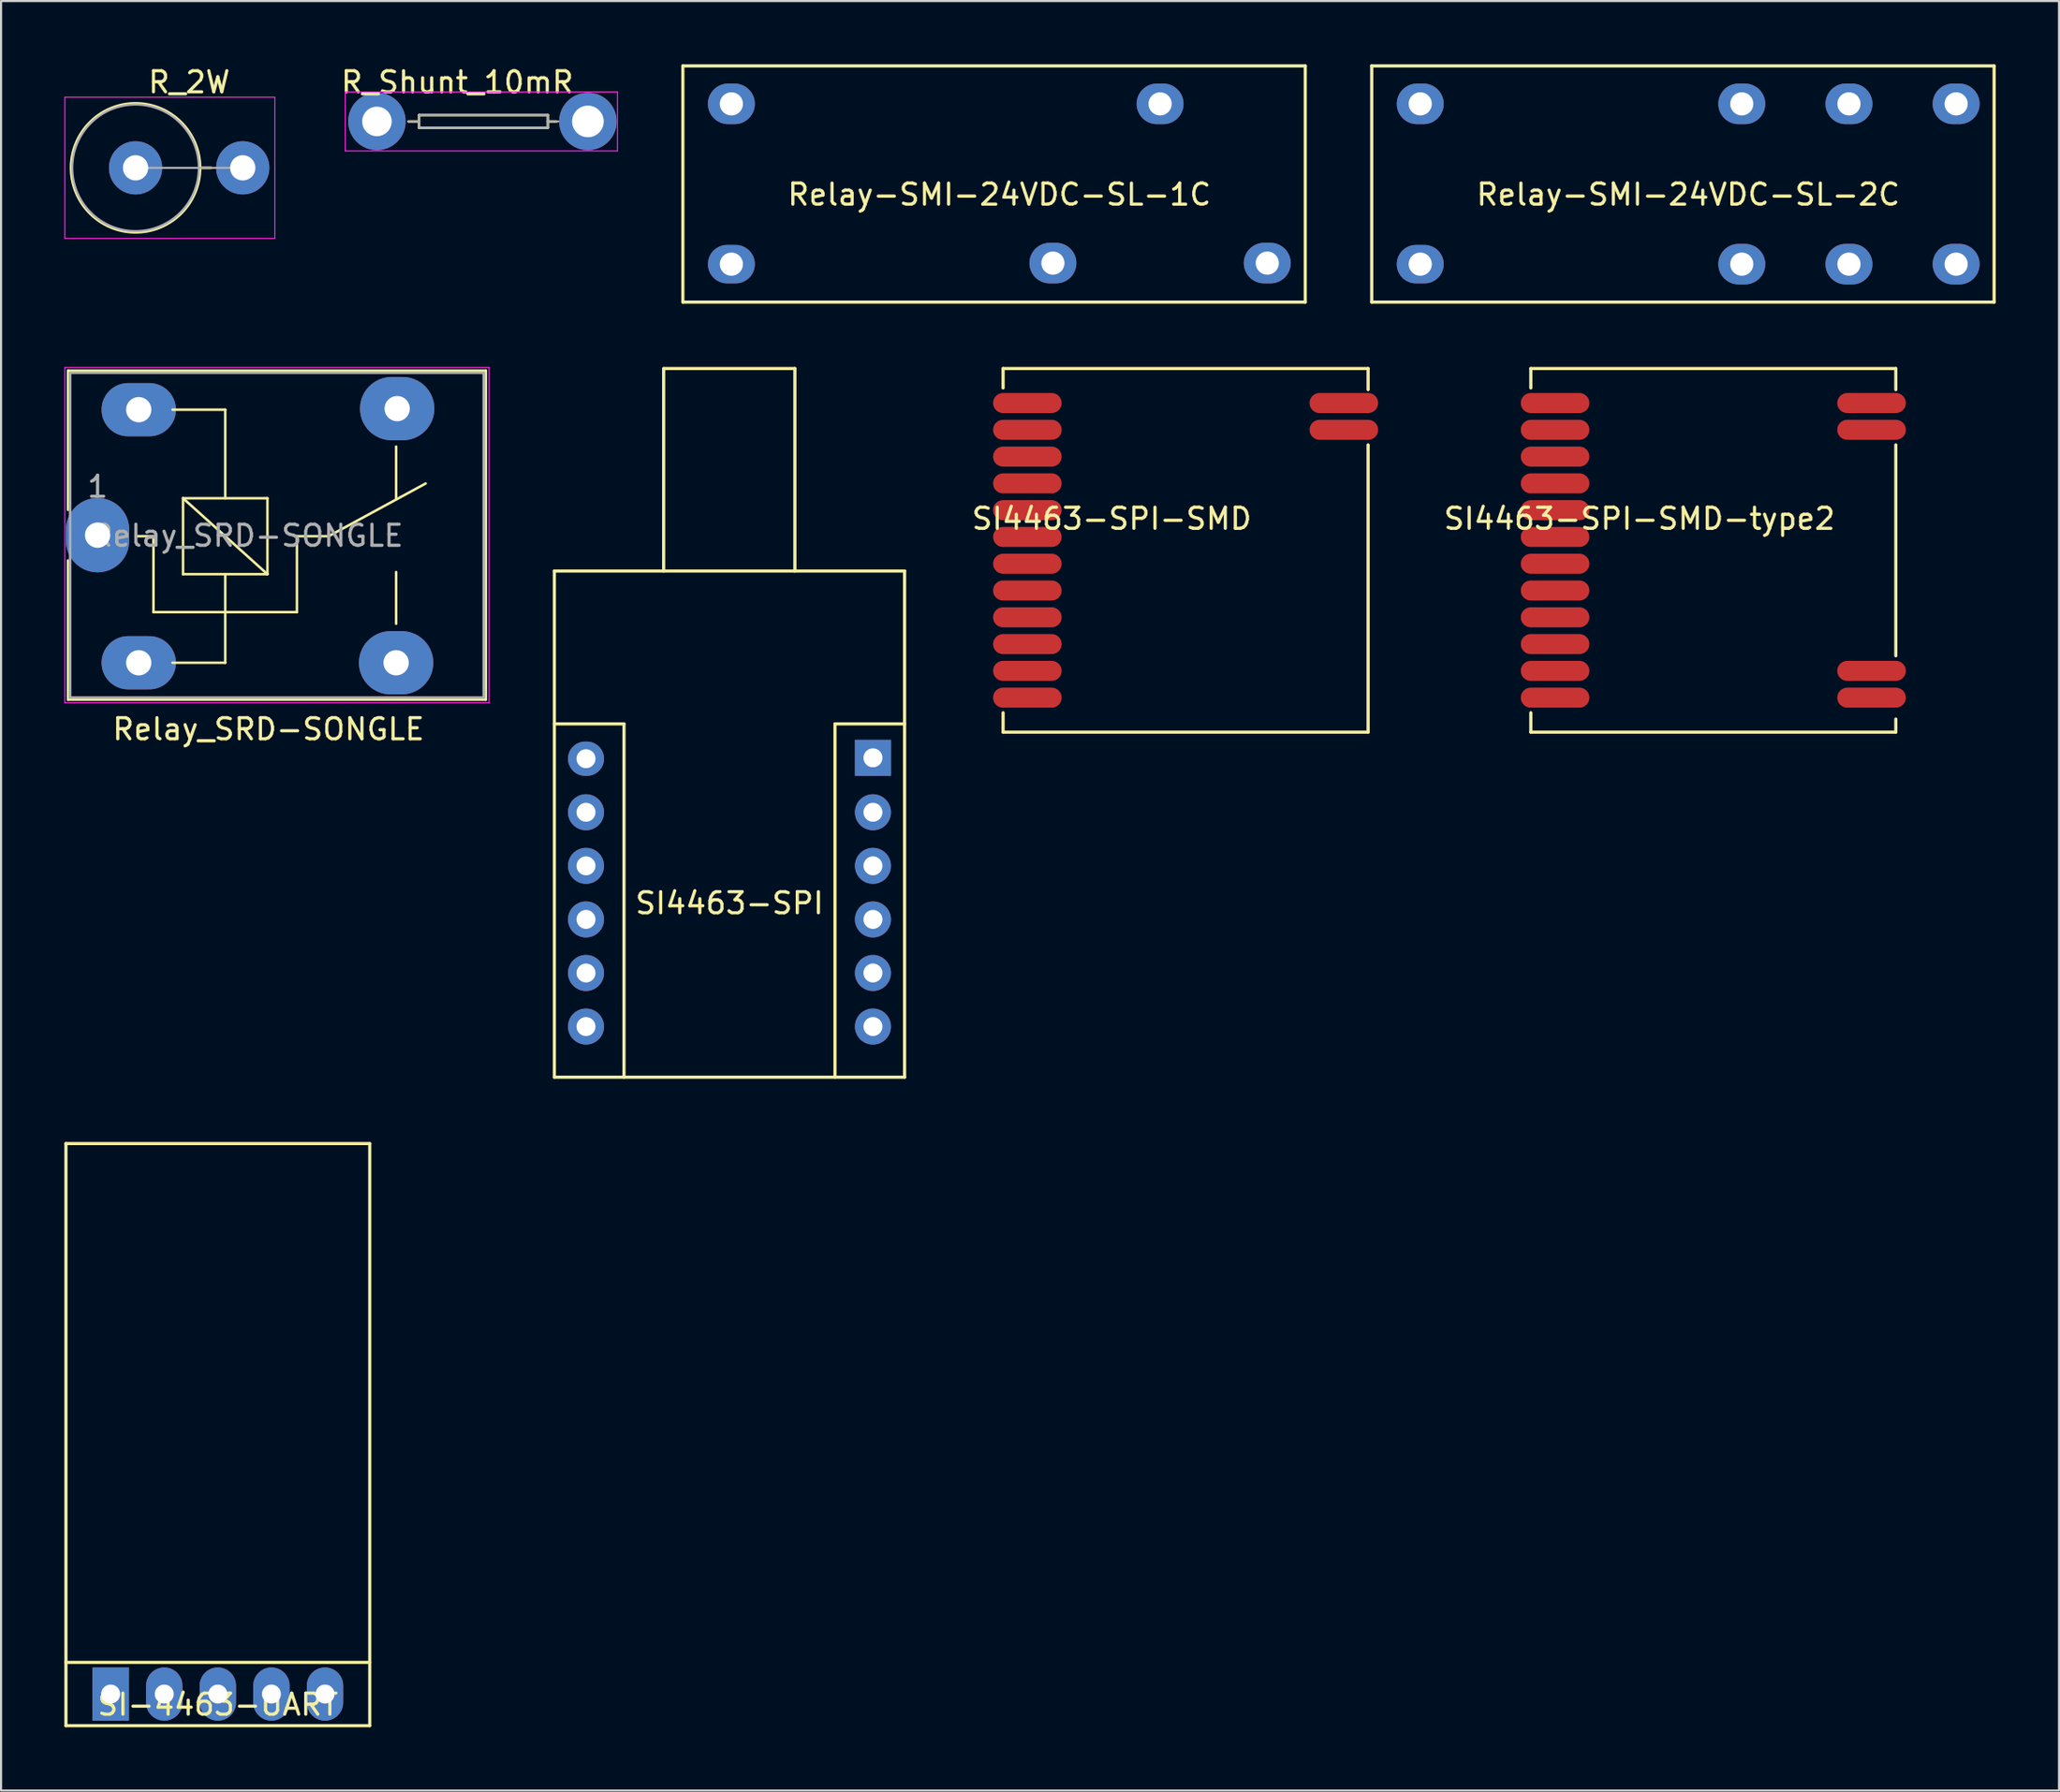
<source format=kicad_pcb>
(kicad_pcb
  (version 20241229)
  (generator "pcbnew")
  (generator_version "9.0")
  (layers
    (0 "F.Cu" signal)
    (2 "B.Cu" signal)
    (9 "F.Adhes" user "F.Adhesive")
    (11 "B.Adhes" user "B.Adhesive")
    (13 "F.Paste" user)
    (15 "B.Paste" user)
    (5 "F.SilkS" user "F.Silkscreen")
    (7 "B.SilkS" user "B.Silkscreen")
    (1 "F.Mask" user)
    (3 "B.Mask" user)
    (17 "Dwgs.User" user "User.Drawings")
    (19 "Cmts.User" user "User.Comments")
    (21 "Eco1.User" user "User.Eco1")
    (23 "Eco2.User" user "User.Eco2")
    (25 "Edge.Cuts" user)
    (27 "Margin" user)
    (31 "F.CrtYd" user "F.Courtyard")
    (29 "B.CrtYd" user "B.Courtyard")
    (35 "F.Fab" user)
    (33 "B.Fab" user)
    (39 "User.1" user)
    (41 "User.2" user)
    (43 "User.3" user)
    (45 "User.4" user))
  (footprint "SI4463-SPI-SMD-type2"
    (layer "F.Cu")
    (at 70.656 23.045)
    (property "Reference" "SI4463-SPI-SMD-type2" (at 4 -1.5 0) (layer "F.SilkS") (effects (font (size 1 1) (thickness 0.15))))
    (attr through_hole)
    (fp_line (start -1.15 -8.62) (end -1.15 -7.7) (stroke (width 0.15) (type solid)) (layer "F.SilkS"))
    (fp_line (start -1.15 -8.62) (end 16.15 -8.62) (stroke (width 0.15) (type solid)) (layer "F.SilkS"))
    (fp_line (start -1.15 7.7) (end -1.15 8.62) (stroke (width 0.15) (type solid)) (layer "F.SilkS"))
    (fp_line (start -1.15 8.62) (end 16.15 8.62) (stroke (width 0.15) (type solid)) (layer "F.SilkS"))
    (fp_line (start 16.15 -8.62) (end 16.15 -7.62) (stroke (width 0.15) (type solid)) (layer "F.SilkS"))
    (fp_line (start 16.15 5) (end 16.15 -5) (stroke (width 0.15) (type solid)) (layer "F.SilkS"))
    (fp_line (start 16.15 8) (end 16.15 8.62) (stroke (width 0.15) (type solid)) (layer "F.SilkS"))
    (pad "1" smd oval (at 0 -6.985) (size 3.25 0.95) (layers "F.Cu" "F.Mask" "F.Paste"))
    (pad "2" smd oval (at 0 -5.715) (size 3.25 0.95) (layers "F.Cu" "F.Mask" "F.Paste"))
    (pad "3" smd oval (at 0 -4.445) (size 3.25 0.95) (layers "F.Cu" "F.Mask" "F.Paste"))
    (pad "4" smd oval (at 0 -3.175) (size 3.25 0.95) (layers "F.Cu" "F.Mask" "F.Paste"))
    (pad "5" smd oval (at 0 -1.905) (size 3.25 0.95) (layers "F.Cu" "F.Mask" "F.Paste"))
    (pad "6" smd oval (at 0 -0.635) (size 3.25 0.95) (layers "F.Cu" "F.Mask" "F.Paste"))
    (pad "7" smd oval (at 0 0.635) (size 3.25 0.95) (layers "F.Cu" "F.Mask" "F.Paste"))
    (pad "8" smd oval (at 0 1.905) (size 3.25 0.95) (layers "F.Cu" "F.Mask" "F.Paste"))
    (pad "9" smd oval (at 0 3.175) (size 3.25 0.95) (layers "F.Cu" "F.Mask" "F.Paste"))
    (pad "10" smd oval (at 0 4.445) (size 3.25 0.95) (layers "F.Cu" "F.Mask" "F.Paste"))
    (pad "11" smd oval (at 0 5.715) (size 3.25 0.95) (layers "F.Cu" "F.Mask" "F.Paste"))
    (pad "12" smd oval (at 0 6.985) (size 3.25 0.95) (layers "F.Cu" "F.Mask" "F.Paste"))
    (pad "13" smd oval (at 15 -6.985) (size 3.25 0.95) (layers "F.Cu" "F.Mask" "F.Paste"))
    (pad "13" smd oval (at 15 5.715) (size 3.25 0.95) (layers "F.Cu" "F.Mask" "F.Paste"))
    (pad "14" smd oval (at 15 -5.715) (size 3.25 0.95) (layers "F.Cu" "F.Mask" "F.Paste"))
    (pad "14" smd oval (at 15 6.985) (size 3.25 0.95) (layers "F.Cu" "F.Mask" "F.Paste")))
  (footprint "R_2W"
    (layer "F.Cu")
    (at 3.375 4.908)
    (property "Reference" "R_2W" (at 2.54 -4.06 0) (layer "F.SilkS") (effects (font (size 1 1) (thickness 0.15))))
    (attr through_hole)
    (fp_line (start 3.06 0) (end 3.58 0) (stroke (width 0.12) (type solid)) (layer "F.SilkS"))
    (fp_circle (center 0 0) (end 3.06 0) (stroke (width 0.12) (type solid)) (fill no) (layer "F.SilkS"))
    (fp_line (start -3.35 -3.35) (end -3.35 3.35) (stroke (width 0.05) (type solid)) (layer "F.CrtYd"))
    (fp_line (start -3.35 3.35) (end 6.6 3.35) (stroke (width 0.05) (type solid)) (layer "F.CrtYd"))
    (fp_line (start 6.6 -3.35) (end -3.35 -3.35) (stroke (width 0.05) (type solid)) (layer "F.CrtYd"))
    (fp_line (start 6.6 3.35) (end 6.6 -3.35) (stroke (width 0.05) (type solid)) (layer "F.CrtYd"))
    (fp_line (start 0 0) (end 5.08 0) (stroke (width 0.1) (type solid)) (layer "F.Fab"))
    (fp_circle (center 0 0) (end 3 0) (stroke (width 0.1) (type solid)) (fill no) (layer "F.Fab"))
    (pad "1" thru_hole circle (at 0 0) (size 2.524 2.524) (drill 1.2) (layers "*.Cu" "*.Mask"))
    (pad "2" thru_hole oval (at 5.08 0) (size 2.524 2.524) (drill 1.2) (layers "*.Cu" "*.Mask")))
  (footprint "Relay_SRD-SONGLE"
    (layer "F.Cu")
    (at 1.575 22.325)
    (property "Reference" "Relay_SRD-SONGLE" (at 8.1 9.2 0) (layer "F.SilkS") (effects (font (size 1 1) (thickness 0.15))))
    (attr through_hole)
    (fp_line (start -1.4 -7.8) (end -1.4 -1.2) (stroke (width 0.12) (type solid)) (layer "F.SilkS"))
    (fp_line (start -1.4 -7.8) (end 18.4 -7.8) (stroke (width 0.12) (type solid)) (layer "F.SilkS"))
    (fp_line (start -1.4 1.2) (end -1.4 7.8) (stroke (width 0.12) (type solid)) (layer "F.SilkS"))
    (fp_line (start 2.65 0.05) (end 1.85 0.05) (stroke (width 0.12) (type solid)) (layer "F.SilkS"))
    (fp_line (start 2.65 0.05) (end 2.65 3.65) (stroke (width 0.12) (type solid)) (layer "F.SilkS"))
    (fp_line (start 3.55 6.05) (end 6.05 6.05) (stroke (width 0.12) (type solid)) (layer "F.SilkS"))
    (fp_line (start 4.05 -1.75) (end 8.05 -1.75) (stroke (width 0.12) (type solid)) (layer "F.SilkS"))
    (fp_line (start 4.05 1.85) (end 4.05 -1.75) (stroke (width 0.12) (type solid)) (layer "F.SilkS"))
    (fp_line (start 6.05 -5.95) (end 3.55 -5.95) (stroke (width 0.12) (type solid)) (layer "F.SilkS"))
    (fp_line (start 6.05 -5.95) (end 6.05 -1.75) (stroke (width 0.12) (type solid)) (layer "F.SilkS"))
    (fp_line (start 6.05 1.85) (end 6.05 6.05) (stroke (width 0.12) (type solid)) (layer "F.SilkS"))
    (fp_line (start 8.05 -1.75) (end 8.05 1.85) (stroke (width 0.12) (type solid)) (layer "F.SilkS"))
    (fp_line (start 8.05 1.85) (end 4.05 -1.75) (stroke (width 0.12) (type solid)) (layer "F.SilkS"))
    (fp_line (start 8.05 1.85) (end 4.05 1.85) (stroke (width 0.12) (type solid)) (layer "F.SilkS"))
    (fp_line (start 9.45 0.05) (end 9.45 3.65) (stroke (width 0.12) (type solid)) (layer "F.SilkS"))
    (fp_line (start 9.45 0.05) (end 10.95 0.05) (stroke (width 0.12) (type solid)) (layer "F.SilkS"))
    (fp_line (start 9.45 3.65) (end 2.65 3.65) (stroke (width 0.12) (type solid)) (layer "F.SilkS"))
    (fp_line (start 10.95 0.05) (end 15.55 -2.45) (stroke (width 0.12) (type solid)) (layer "F.SilkS"))
    (fp_line (start 14.15 -4.2) (end 14.15 -1.7) (stroke (width 0.12) (type solid)) (layer "F.SilkS"))
    (fp_line (start 14.15 4.2) (end 14.15 1.75) (stroke (width 0.12) (type solid)) (layer "F.SilkS"))
    (fp_line (start 18.4 -7.8) (end 18.4 7.8) (stroke (width 0.12) (type solid)) (layer "F.SilkS"))
    (fp_line (start 18.4 7.8) (end -1.4 7.8) (stroke (width 0.12) (type solid)) (layer "F.SilkS"))
    (fp_line (start -1.55 7.95) (end -1.55 -7.95) (stroke (width 0.05) (type solid)) (layer "F.CrtYd"))
    (fp_line (start -1.55 7.95) (end 18.55 7.95) (stroke (width 0.05) (type solid)) (layer "F.CrtYd"))
    (fp_line (start 18.55 -7.95) (end -1.55 -7.95) (stroke (width 0.05) (type solid)) (layer "F.CrtYd"))
    (fp_line (start 18.55 -7.95) (end 18.55 7.95) (stroke (width 0.05) (type solid)) (layer "F.CrtYd"))
    (fp_line (start -1.3 -7.7) (end 18.3 -7.7) (stroke (width 0.12) (type solid)) (layer "F.Fab"))
    (fp_line (start -1.3 7.7) (end -1.3 -7.7) (stroke (width 0.12) (type solid)) (layer "F.Fab"))
    (fp_line (start 18.3 -7.7) (end 18.3 7.7) (stroke (width 0.12) (type solid)) (layer "F.Fab"))
    (fp_line (start 18.3 7.7) (end -1.3 7.7) (stroke (width 0.12) (type solid)) (layer "F.Fab"))
    (fp_text user "1" (at 0 -2.3 0) (layer "F.Fab") (effects (font (size 1 1) (thickness 0.15))))
    (fp_text user "${REFERENCE}" (at 7.1 0.025 0) (layer "F.Fab") (effects (font (size 1 1) (thickness 0.15))))
    (pad "1" thru_hole oval (at 0 0 90) (size 3.524 3) (drill 1.2) (layers "*.Cu" "*.Mask"))
    (pad "2" thru_hole oval (at 1.95 6.05 90) (size 2.524 3.524) (drill 1.2) (layers "*.Cu" "*.Mask"))
    (pad "3" thru_hole oval (at 14.15 6.05 90) (size 3 3.524) (drill 1.2) (layers "*.Cu" "*.Mask"))
    (pad "4" thru_hole oval (at 14.2 -6 90) (size 3 3.524) (drill 1.2) (layers "*.Cu" "*.Mask"))
    (pad "5" thru_hole oval (at 1.95 -5.95 90) (size 2.524 3.524) (drill 1.2) (layers "*.Cu" "*.Mask")))
  (footprint "SI4463-SPI-SMD"
    (layer "F.Cu")
    (at 45.644 23.045)
    (property "Reference" "SI4463-SPI-SMD" (at 4 -1.5 0) (layer "F.SilkS") (effects (font (size 1 1) (thickness 0.15))))
    (attr through_hole)
    (fp_line (start -1.15 -8.62) (end -1.15 -7.7) (stroke (width 0.15) (type solid)) (layer "F.SilkS"))
    (fp_line (start -1.15 -8.62) (end 16.15 -8.62) (stroke (width 0.15) (type solid)) (layer "F.SilkS"))
    (fp_line (start -1.15 7.7) (end -1.15 8.62) (stroke (width 0.15) (type solid)) (layer "F.SilkS"))
    (fp_line (start -1.15 8.62) (end 16.15 8.62) (stroke (width 0.15) (type solid)) (layer "F.SilkS"))
    (fp_line (start 16.15 -8.62) (end 16.15 -7.62) (stroke (width 0.15) (type solid)) (layer "F.SilkS"))
    (fp_line (start 16.15 8.62) (end 16.15 -5) (stroke (width 0.15) (type solid)) (layer "F.SilkS"))
    (pad "1" smd oval (at 0 -6.985) (size 3.25 0.95) (layers "F.Cu" "F.Mask" "F.Paste"))
    (pad "2" smd oval (at 0 -5.715) (size 3.25 0.95) (layers "F.Cu" "F.Mask" "F.Paste"))
    (pad "3" smd oval (at 0 -4.445) (size 3.25 0.95) (layers "F.Cu" "F.Mask" "F.Paste"))
    (pad "4" smd oval (at 0 -3.175) (size 3.25 0.95) (layers "F.Cu" "F.Mask" "F.Paste"))
    (pad "5" smd oval (at 0 -1.905) (size 3.25 0.95) (layers "F.Cu" "F.Mask" "F.Paste"))
    (pad "6" smd oval (at 0 -0.635) (size 3.25 0.95) (layers "F.Cu" "F.Mask" "F.Paste"))
    (pad "7" smd oval (at 0 0.635) (size 3.25 0.95) (layers "F.Cu" "F.Mask" "F.Paste"))
    (pad "8" smd oval (at 0 1.905) (size 3.25 0.95) (layers "F.Cu" "F.Mask" "F.Paste"))
    (pad "9" smd oval (at 0 3.175) (size 3.25 0.95) (layers "F.Cu" "F.Mask" "F.Paste"))
    (pad "10" smd oval (at 0 4.445) (size 3.25 0.95) (layers "F.Cu" "F.Mask" "F.Paste"))
    (pad "11" smd oval (at 0 5.715) (size 3.25 0.95) (layers "F.Cu" "F.Mask" "F.Paste"))
    (pad "12" smd oval (at 0 6.985) (size 3.25 0.95) (layers "F.Cu" "F.Mask" "F.Paste"))
    (pad "13" smd oval (at 15 -6.985) (size 3.25 0.95) (layers "F.Cu" "F.Mask" "F.Paste"))
    (pad "14" smd oval (at 15 -5.715) (size 3.25 0.95) (layers "F.Cu" "F.Mask" "F.Paste")))
  (footprint "SI-4463-UART"
    (layer "F.Cu")
    (at 7.275 77.275)
    (property "Reference" "SI-4463-UART" (at 0 0.5 0) (layer "F.SilkS") (effects (font (size 1 1) (thickness 0.15))))
    (attr through_hole)
    (fp_line (start -7.2 -26.1) (end 7.2 -26.1) (stroke (width 0.15) (type solid)) (layer "F.SilkS"))
    (fp_line (start -7.2 -1.5) (end 7.2 -1.5) (stroke (width 0.15) (type solid)) (layer "F.SilkS"))
    (fp_line (start -7.2 1.5) (end -7.2 -26.1) (stroke (width 0.15) (type solid)) (layer "F.SilkS"))
    (fp_line (start -7.2 1.5) (end 7.2 1.5) (stroke (width 0.15) (type solid)) (layer "F.SilkS"))
    (fp_line (start 7.2 1.5) (end 7.2 -26.1) (stroke (width 0.15) (type solid)) (layer "F.SilkS"))
    (pad "1" thru_hole rect (at -5.08 0) (size 1.724 2.524) (drill 0.9) (layers "*.Cu" "*.Mask"))
    (pad "2" thru_hole oval (at -2.54 0) (size 1.724 2.524) (drill 0.9) (layers "*.Cu" "*.Mask"))
    (pad "3" thru_hole oval (at 0 0) (size 1.724 2.524) (drill 0.9) (layers "*.Cu" "*.Mask"))
    (pad "4" thru_hole oval (at 2.54 0) (size 1.724 2.524) (drill 0.9) (layers "*.Cu" "*.Mask"))
    (pad "5" thru_hole oval (at 5.08 0) (size 1.724 2.524) (drill 0.9) (layers "*.Cu" "*.Mask")))
  (footprint "R_Shunt_10mR"
    (layer "F.Cu")
    (at 14.815 2.708)
    (property "Reference" "R_Shunt_10mR" (at 3.81 -1.86 0) (layer "F.SilkS") (effects (font (size 1 1) (thickness 0.15))))
    (attr through_hole)
    (fp_line (start 1.5 0) (end 1.95 0) (stroke (width 0.12) (type solid)) (layer "F.SilkS"))
    (fp_line (start 2 -0.3) (end 2 0.3) (stroke (width 0.12) (type solid)) (layer "F.SilkS"))
    (fp_line (start 2 0.3) (end 8.1 0.3) (stroke (width 0.12) (type solid)) (layer "F.SilkS"))
    (fp_line (start 8.1 -0.3) (end 2 -0.3) (stroke (width 0.12) (type solid)) (layer "F.SilkS"))
    (fp_line (start 8.1 0.3) (end 8.1 -0.3) (stroke (width 0.12) (type solid)) (layer "F.SilkS"))
    (fp_line (start 8.5 0) (end 8.1 0) (stroke (width 0.12) (type solid)) (layer "F.SilkS"))
    (fp_line (start -1.5 -1.4) (end -1.5 1.4) (stroke (width 0.05) (type solid)) (layer "F.CrtYd"))
    (fp_line (start -1.5 1.4) (end 11.4 1.4) (stroke (width 0.05) (type solid)) (layer "F.CrtYd"))
    (fp_line (start 11.4 -1.4) (end -1.5 -1.4) (stroke (width 0.05) (type solid)) (layer "F.CrtYd"))
    (fp_line (start 11.4 1.4) (end 11.4 -1.4) (stroke (width 0.05) (type solid)) (layer "F.CrtYd"))
    (fp_line (start 1.5 0) (end 2.01 0) (stroke (width 0.1) (type solid)) (layer "F.Fab"))
    (fp_line (start 2 -0.3) (end 2 0.3) (stroke (width 0.1) (type solid)) (layer "F.Fab"))
    (fp_line (start 2 0.3) (end 8.1 0.3) (stroke (width 0.1) (type solid)) (layer "F.Fab"))
    (fp_line (start 8.1 -0.3) (end 2 -0.3) (stroke (width 0.1) (type solid)) (layer "F.Fab"))
    (fp_line (start 8.1 0.3) (end 8.1 -0.3) (stroke (width 0.1) (type solid)) (layer "F.Fab"))
    (fp_line (start 8.6 0) (end 8.1 0) (stroke (width 0.1) (type solid)) (layer "F.Fab"))
    (pad "1" thru_hole circle (at 0 0) (size 2.724 2.724) (drill 1.4) (layers "*.Cu" "*.Mask"))
    (pad "2" thru_hole circle (at 10 0) (size 2.724 2.724) (drill 1.5) (layers "*.Cu" "*.Mask")))
  (footprint "Relay-SMI-24VDC-SL-1C"
    (layer "F.Cu")
    (at 44.315 5.675)
    (property "Reference" "Relay-SMI-24VDC-SL-1C" (at 0 0.5 0) (layer "F.SilkS") (effects (font (size 1 1) (thickness 0.15))))
    (attr through_hole)
    (fp_line (start -15 -5.6) (end -15 5.6) (stroke (width 0.15) (type solid)) (layer "F.SilkS"))
    (fp_line (start -15 -5.6) (end 14.5 -5.6) (stroke (width 0.15) (type solid)) (layer "F.SilkS"))
    (fp_line (start -15 5.6) (end 14.5 5.6) (stroke (width 0.15) (type solid)) (layer "F.SilkS"))
    (fp_line (start 14.5 -5.6) (end 14.5 5.6) (stroke (width 0.15) (type solid)) (layer "F.SilkS"))
    (pad "11" thru_hole oval (at 7.62 -3.8) (size 2.224 1.924) (drill 1.1) (layers "*.Cu" "*.Mask"))
    (pad "12" thru_hole oval (at 2.54 3.75) (size 2.224 1.924) (drill 1.1) (layers "*.Cu" "*.Mask"))
    (pad "14" thru_hole oval (at 12.7 3.75) (size 2.224 1.924) (drill 1.1) (layers "*.Cu" "*.Mask"))
    (pad "A1" thru_hole oval (at -12.7 -3.8) (size 2.224 1.924) (drill 1.1) (layers "*.Cu" "*.Mask"))
    (pad "A2" thru_hole oval (at -12.7 3.8) (size 2.224 1.824) (drill 1.1) (layers "*.Cu" "*.Mask")))
  (footprint "Relay-SMI-24VDC-SL-2C"
    (layer "F.Cu")
    (at 76.965 5.675)
    (property "Reference" "Relay-SMI-24VDC-SL-2C" (at 0 0.5 0) (layer "F.SilkS") (effects (font (size 1 1) (thickness 0.15))))
    (attr through_hole)
    (fp_line (start -15 -5.6) (end -15 5.6) (stroke (width 0.15) (type solid)) (layer "F.SilkS"))
    (fp_line (start -15 -5.6) (end 14.5 -5.6) (stroke (width 0.15) (type solid)) (layer "F.SilkS"))
    (fp_line (start -15 5.6) (end 14.5 5.6) (stroke (width 0.15) (type solid)) (layer "F.SilkS"))
    (fp_line (start 14.5 -5.6) (end 14.5 5.6) (stroke (width 0.15) (type solid)) (layer "F.SilkS"))
    (pad "11" thru_hole oval (at 7.62 -3.8) (size 2.224 1.924) (drill 1.1) (layers "*.Cu" "*.Mask"))
    (pad "12" thru_hole oval (at 2.54 -3.8) (size 2.224 1.924) (drill 1.1) (layers "*.Cu" "*.Mask"))
    (pad "14" thru_hole oval (at 12.7 -3.8) (size 2.224 1.924) (drill 1.1) (layers "*.Cu" "*.Mask"))
    (pad "21" thru_hole oval (at 7.62 3.8) (size 2.224 1.924) (drill 1.1) (layers "*.Cu" "*.Mask"))
    (pad "22" thru_hole oval (at 2.54 3.8) (size 2.224 1.924) (drill 1.1) (layers "*.Cu" "*.Mask"))
    (pad "24" thru_hole oval (at 12.7 3.8) (size 2.224 1.924) (drill 1.1) (layers "*.Cu" "*.Mask"))
    (pad "A1" thru_hole oval (at -12.7 -3.8) (size 2.224 1.924) (drill 1.1) (layers "*.Cu" "*.Mask"))
    (pad "A2" thru_hole oval (at -12.7 3.8) (size 2.224 1.824) (drill 1.1) (layers "*.Cu" "*.Mask")))
  (footprint "SI4463-SPI"
    (layer "F.Cu")
    (at 31.525 39.275)
    (property "Reference" "SI4463-SPI" (at 0 0.5 0) (layer "F.SilkS") (effects (font (size 1 1) (thickness 0.15))))
    (attr through_hole)
    (fp_line (start -8.3 -15.25) (end -8.3 8.75) (stroke (width 0.15) (type solid)) (layer "F.SilkS"))
    (fp_line (start -8.3 -15.25) (end 8.3 -15.25) (stroke (width 0.15) (type solid)) (layer "F.SilkS"))
    (fp_line (start -8.3 -8) (end -5 -8) (stroke (width 0.15) (type solid)) (layer "F.SilkS"))
    (fp_line (start -8.3 8.75) (end 8.3 8.75) (stroke (width 0.15) (type solid)) (layer "F.SilkS"))
    (fp_line (start -5 -8) (end -5 8.75) (stroke (width 0.15) (type solid)) (layer "F.SilkS"))
    (fp_line (start -3.12 -15.25) (end -3.12 -24.85) (stroke (width 0.15) (type solid)) (layer "F.SilkS"))
    (fp_line (start -3.1 -24.85) (end 3.1 -24.85) (stroke (width 0.15) (type solid)) (layer "F.SilkS"))
    (fp_line (start 3.1 -15.25) (end 3.1 -24.85) (stroke (width 0.15) (type solid)) (layer "F.SilkS"))
    (fp_line (start 5 -8) (end 5 8.75) (stroke (width 0.15) (type solid)) (layer "F.SilkS"))
    (fp_line (start 5 -8) (end 8.3 -8) (stroke (width 0.15) (type solid)) (layer "F.SilkS"))
    (fp_line (start 8.3 -15.25) (end 8.3 8.75) (stroke (width 0.15) (type solid)) (layer "F.SilkS"))
    (pad "1" thru_hole rect (at 6.8 -6.392) (size 1.708 1.708) (drill 0.9) (layers "*.Cu" "*.Mask"))
    (pad "2" thru_hole circle (at 6.8 -3.81) (size 1.708 1.708) (drill 0.9) (layers "*.Cu" "*.Mask"))
    (pad "3" thru_hole circle (at 6.8 -1.27) (size 1.708 1.708) (drill 0.9) (layers "*.Cu" "*.Mask"))
    (pad "4" thru_hole circle (at 6.8 1.27) (size 1.708 1.708) (drill 0.9) (layers "*.Cu" "*.Mask"))
    (pad "5" thru_hole circle (at 6.8 3.81) (size 1.708 1.708) (drill 0.9) (layers "*.Cu" "*.Mask"))
    (pad "6" thru_hole circle (at 6.8 6.35) (size 1.708 1.708) (drill 0.9) (layers "*.Cu" "*.Mask"))
    (pad "7" thru_hole circle (at -6.8 6.35) (size 1.708 1.708) (drill 0.9) (layers "*.Cu" "*.Mask"))
    (pad "8" thru_hole circle (at -6.8 3.81) (size 1.708 1.708) (drill 0.9) (layers "*.Cu" "*.Mask"))
    (pad "9" thru_hole circle (at -6.8 1.27) (size 1.708 1.708) (drill 0.9) (layers "*.Cu" "*.Mask"))
    (pad "10" thru_hole circle (at -6.8 -1.27) (size 1.708 1.708) (drill 0.9) (layers "*.Cu" "*.Mask"))
    (pad "11" thru_hole circle (at -6.8 -3.81) (size 1.708 1.708) (drill 0.9) (layers "*.Cu" "*.Mask"))
    (pad "12" thru_hole oval (at -6.8 -6.35) (size 1.708 1.624) (drill 0.9) (layers "*.Cu" "*.Mask")))
  (gr_rect
    (start -3 -3)
    (end 94.54 81.85)
    (stroke (width 0.1) (type default))
    (fill no)
    (layer "Edge.Cuts")))
</source>
